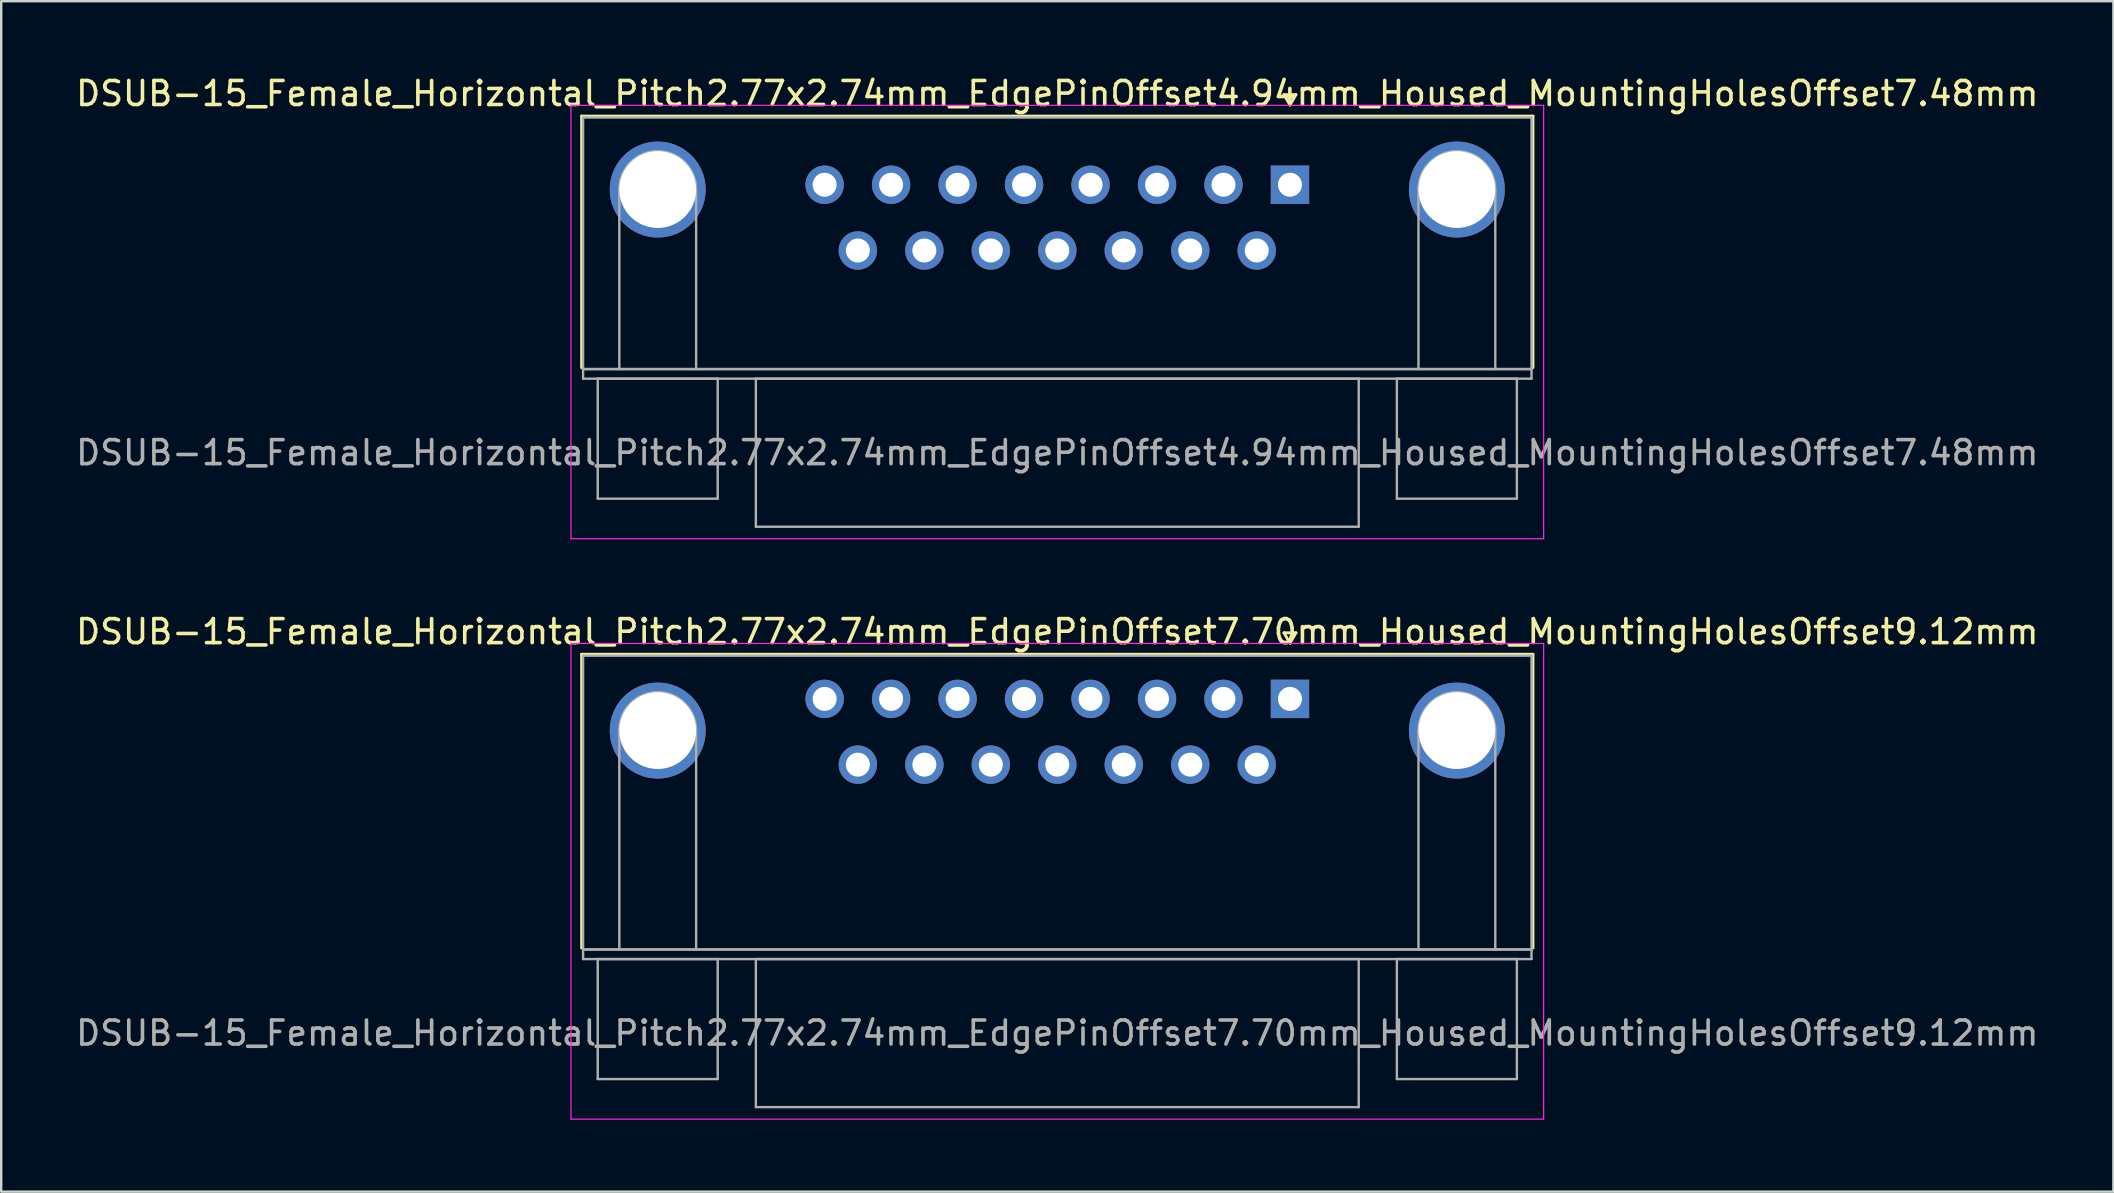
<source format=kicad_pcb>
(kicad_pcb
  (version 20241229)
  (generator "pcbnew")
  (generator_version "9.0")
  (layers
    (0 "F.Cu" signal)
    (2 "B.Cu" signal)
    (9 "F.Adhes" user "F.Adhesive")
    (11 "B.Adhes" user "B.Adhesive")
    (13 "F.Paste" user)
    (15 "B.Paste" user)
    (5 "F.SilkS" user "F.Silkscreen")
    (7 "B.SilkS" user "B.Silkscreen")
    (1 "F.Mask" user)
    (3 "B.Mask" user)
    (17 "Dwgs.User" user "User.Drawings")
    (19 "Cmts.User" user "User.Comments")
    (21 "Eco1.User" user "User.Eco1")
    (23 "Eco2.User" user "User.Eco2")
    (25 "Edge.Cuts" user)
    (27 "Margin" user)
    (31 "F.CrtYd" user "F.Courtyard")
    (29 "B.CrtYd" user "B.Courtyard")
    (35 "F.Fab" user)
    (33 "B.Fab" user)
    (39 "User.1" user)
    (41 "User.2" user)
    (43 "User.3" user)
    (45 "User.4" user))
  (footprint "DSUB-15_Female_Horizontal_Pitch2.77x2.74mm_EdgePinOffset7.70mm_Housed_MountingHolesOffset9.12mm"
    (layer "F.Cu")
    (at 50.701 26.072)
    (property "Reference" "DSUB-15_Female_Horizontal_Pitch2.77x2.74mm_EdgePinOffset7.70mm_Housed_MountingHolesOffset9.12mm" (at -9.695 -2.8 0) (layer "F.SilkS") (effects (font (size 1 1) (thickness 0.15))))
    (attr through_hole)
    (fp_line (start -29.515 -1.86) (end 10.125 -1.86) (stroke (width 0.12) (type solid)) (layer "F.SilkS"))
    (fp_line (start -29.515 10.38) (end -29.515 -1.86) (stroke (width 0.12) (type solid)) (layer "F.SilkS"))
    (fp_line (start -0.25 -2.754) (end 0.25 -2.754) (stroke (width 0.12) (type solid)) (layer "F.SilkS"))
    (fp_line (start 0 -2.321) (end -0.25 -2.754) (stroke (width 0.12) (type solid)) (layer "F.SilkS"))
    (fp_line (start 0.25 -2.754) (end 0 -2.321) (stroke (width 0.12) (type solid)) (layer "F.SilkS"))
    (fp_line (start 10.125 -1.86) (end 10.125 10.38) (stroke (width 0.12) (type solid)) (layer "F.SilkS"))
    (fp_line (start -29.96 -2.31) (end -29.96 17.51) (stroke (width 0.05) (type solid)) (layer "F.CrtYd"))
    (fp_line (start -29.96 17.51) (end 10.57 17.51) (stroke (width 0.05) (type solid)) (layer "F.CrtYd"))
    (fp_line (start 10.57 -2.31) (end -29.96 -2.31) (stroke (width 0.05) (type solid)) (layer "F.CrtYd"))
    (fp_line (start 10.57 17.51) (end 10.57 -2.31) (stroke (width 0.05) (type solid)) (layer "F.CrtYd"))
    (fp_line (start -29.455 -1.8) (end -29.455 10.44) (stroke (width 0.1) (type solid)) (layer "F.Fab"))
    (fp_line (start -29.455 10.44) (end -29.455 10.84) (stroke (width 0.1) (type solid)) (layer "F.Fab"))
    (fp_line (start -29.455 10.44) (end 10.065 10.44) (stroke (width 0.1) (type solid)) (layer "F.Fab"))
    (fp_line (start -29.455 10.84) (end 10.065 10.84) (stroke (width 0.1) (type solid)) (layer "F.Fab"))
    (fp_line (start -28.845 10.84) (end -28.845 15.84) (stroke (width 0.1) (type solid)) (layer "F.Fab"))
    (fp_line (start -28.845 15.84) (end -23.845 15.84) (stroke (width 0.1) (type solid)) (layer "F.Fab"))
    (fp_line (start -27.945 10.44) (end -27.945 1.32) (stroke (width 0.1) (type solid)) (layer "F.Fab"))
    (fp_line (start -24.745 10.44) (end -24.745 1.32) (stroke (width 0.1) (type solid)) (layer "F.Fab"))
    (fp_line (start -23.845 10.84) (end -28.845 10.84) (stroke (width 0.1) (type solid)) (layer "F.Fab"))
    (fp_line (start -23.845 15.84) (end -23.845 10.84) (stroke (width 0.1) (type solid)) (layer "F.Fab"))
    (fp_line (start -22.255 10.84) (end -22.255 17.01) (stroke (width 0.1) (type solid)) (layer "F.Fab"))
    (fp_line (start -22.255 17.01) (end 2.865 17.01) (stroke (width 0.1) (type solid)) (layer "F.Fab"))
    (fp_line (start 2.865 10.84) (end -22.255 10.84) (stroke (width 0.1) (type solid)) (layer "F.Fab"))
    (fp_line (start 2.865 17.01) (end 2.865 10.84) (stroke (width 0.1) (type solid)) (layer "F.Fab"))
    (fp_line (start 4.455 10.84) (end 4.455 15.84) (stroke (width 0.1) (type solid)) (layer "F.Fab"))
    (fp_line (start 4.455 15.84) (end 9.455 15.84) (stroke (width 0.1) (type solid)) (layer "F.Fab"))
    (fp_line (start 5.355 10.44) (end 5.355 1.32) (stroke (width 0.1) (type solid)) (layer "F.Fab"))
    (fp_line (start 8.555 10.44) (end 8.555 1.32) (stroke (width 0.1) (type solid)) (layer "F.Fab"))
    (fp_line (start 9.455 10.84) (end 4.455 10.84) (stroke (width 0.1) (type solid)) (layer "F.Fab"))
    (fp_line (start 9.455 15.84) (end 9.455 10.84) (stroke (width 0.1) (type solid)) (layer "F.Fab"))
    (fp_line (start 10.065 -1.8) (end -29.455 -1.8) (stroke (width 0.1) (type solid)) (layer "F.Fab"))
    (fp_line (start 10.065 10.44) (end -29.455 10.44) (stroke (width 0.1) (type solid)) (layer "F.Fab"))
    (fp_line (start 10.065 10.44) (end 10.065 -1.8) (stroke (width 0.1) (type solid)) (layer "F.Fab"))
    (fp_line (start 10.065 10.84) (end 10.065 10.44) (stroke (width 0.1) (type solid)) (layer "F.Fab"))
    (fp_arc (start -27.945 1.32) (mid -26.345 -0.28) (end -24.745 1.32) (stroke (width 0.1) (type solid)) (layer "F.Fab"))
    (fp_arc (start 5.355 1.32) (mid 6.955 -0.28) (end 8.555 1.32) (stroke (width 0.1) (type solid)) (layer "F.Fab"))
    (fp_text user "${REFERENCE}" (at -9.695 13.925 0) (layer "F.Fab") (effects (font (size 1 1) (thickness 0.15))))
    (pad "0" thru_hole circle (at -26.345 1.32) (size 4 4) (drill 3.2) (layers "*.Cu" "*.Mask"))
    (pad "0" thru_hole circle (at 6.955 1.32) (size 4 4) (drill 3.2) (layers "*.Cu" "*.Mask"))
    (pad "1" thru_hole rect (at 0 0) (size 1.6 1.6) (drill 1) (layers "*.Cu" "*.Mask"))
    (pad "2" thru_hole circle (at -2.77 0) (size 1.6 1.6) (drill 1) (layers "*.Cu" "*.Mask"))
    (pad "3" thru_hole circle (at -5.54 0) (size 1.6 1.6) (drill 1) (layers "*.Cu" "*.Mask"))
    (pad "4" thru_hole circle (at -8.31 0) (size 1.6 1.6) (drill 1) (layers "*.Cu" "*.Mask"))
    (pad "5" thru_hole circle (at -11.08 0) (size 1.6 1.6) (drill 1) (layers "*.Cu" "*.Mask"))
    (pad "6" thru_hole circle (at -13.85 0) (size 1.6 1.6) (drill 1) (layers "*.Cu" "*.Mask"))
    (pad "7" thru_hole circle (at -16.62 0) (size 1.6 1.6) (drill 1) (layers "*.Cu" "*.Mask"))
    (pad "8" thru_hole circle (at -19.39 0) (size 1.6 1.6) (drill 1) (layers "*.Cu" "*.Mask"))
    (pad "9" thru_hole circle (at -1.385 2.74) (size 1.6 1.6) (drill 1) (layers "*.Cu" "*.Mask"))
    (pad "10" thru_hole circle (at -4.155 2.74) (size 1.6 1.6) (drill 1) (layers "*.Cu" "*.Mask"))
    (pad "11" thru_hole circle (at -6.925 2.74) (size 1.6 1.6) (drill 1) (layers "*.Cu" "*.Mask"))
    (pad "12" thru_hole circle (at -9.695 2.74) (size 1.6 1.6) (drill 1) (layers "*.Cu" "*.Mask"))
    (pad "13" thru_hole circle (at -12.465 2.74) (size 1.6 1.6) (drill 1) (layers "*.Cu" "*.Mask"))
    (pad "14" thru_hole circle (at -15.235 2.74) (size 1.6 1.6) (drill 1) (layers "*.Cu" "*.Mask"))
    (pad "15" thru_hole circle (at -18.005 2.74) (size 1.6 1.6) (drill 1) (layers "*.Cu" "*.Mask")))
  (footprint "DSUB-15_Female_Horizontal_Pitch2.77x2.74mm_EdgePinOffset4.94mm_Housed_MountingHolesOffset7.48mm"
    (layer "F.Cu")
    (at 50.701 4.648)
    (property "Reference" "DSUB-15_Female_Horizontal_Pitch2.77x2.74mm_EdgePinOffset4.94mm_Housed_MountingHolesOffset7.48mm" (at -9.695 -3.8 0) (layer "F.SilkS") (effects (font (size 1 1) (thickness 0.15))))
    (attr through_hole)
    (fp_line (start -29.515 -2.86) (end 10.125 -2.86) (stroke (width 0.12) (type solid)) (layer "F.SilkS"))
    (fp_line (start -29.515 7.62) (end -29.515 -2.86) (stroke (width 0.12) (type solid)) (layer "F.SilkS"))
    (fp_line (start -0.25 -3.754) (end 0.25 -3.754) (stroke (width 0.12) (type solid)) (layer "F.SilkS"))
    (fp_line (start 0 -3.321) (end -0.25 -3.754) (stroke (width 0.12) (type solid)) (layer "F.SilkS"))
    (fp_line (start 0.25 -3.754) (end 0 -3.321) (stroke (width 0.12) (type solid)) (layer "F.SilkS"))
    (fp_line (start 10.125 -2.86) (end 10.125 7.62) (stroke (width 0.12) (type solid)) (layer "F.SilkS"))
    (fp_line (start -29.96 -3.31) (end -29.96 14.75) (stroke (width 0.05) (type solid)) (layer "F.CrtYd"))
    (fp_line (start -29.96 14.75) (end 10.57 14.75) (stroke (width 0.05) (type solid)) (layer "F.CrtYd"))
    (fp_line (start 10.57 -3.31) (end -29.96 -3.31) (stroke (width 0.05) (type solid)) (layer "F.CrtYd"))
    (fp_line (start 10.57 14.75) (end 10.57 -3.31) (stroke (width 0.05) (type solid)) (layer "F.CrtYd"))
    (fp_line (start -29.455 -2.8) (end -29.455 7.68) (stroke (width 0.1) (type solid)) (layer "F.Fab"))
    (fp_line (start -29.455 7.68) (end -29.455 8.08) (stroke (width 0.1) (type solid)) (layer "F.Fab"))
    (fp_line (start -29.455 7.68) (end 10.065 7.68) (stroke (width 0.1) (type solid)) (layer "F.Fab"))
    (fp_line (start -29.455 8.08) (end 10.065 8.08) (stroke (width 0.1) (type solid)) (layer "F.Fab"))
    (fp_line (start -28.845 8.08) (end -28.845 13.08) (stroke (width 0.1) (type solid)) (layer "F.Fab"))
    (fp_line (start -28.845 13.08) (end -23.845 13.08) (stroke (width 0.1) (type solid)) (layer "F.Fab"))
    (fp_line (start -27.945 7.68) (end -27.945 0.2) (stroke (width 0.1) (type solid)) (layer "F.Fab"))
    (fp_line (start -24.745 7.68) (end -24.745 0.2) (stroke (width 0.1) (type solid)) (layer "F.Fab"))
    (fp_line (start -23.845 8.08) (end -28.845 8.08) (stroke (width 0.1) (type solid)) (layer "F.Fab"))
    (fp_line (start -23.845 13.08) (end -23.845 8.08) (stroke (width 0.1) (type solid)) (layer "F.Fab"))
    (fp_line (start -22.255 8.08) (end -22.255 14.25) (stroke (width 0.1) (type solid)) (layer "F.Fab"))
    (fp_line (start -22.255 14.25) (end 2.865 14.25) (stroke (width 0.1) (type solid)) (layer "F.Fab"))
    (fp_line (start 2.865 8.08) (end -22.255 8.08) (stroke (width 0.1) (type solid)) (layer "F.Fab"))
    (fp_line (start 2.865 14.25) (end 2.865 8.08) (stroke (width 0.1) (type solid)) (layer "F.Fab"))
    (fp_line (start 4.455 8.08) (end 4.455 13.08) (stroke (width 0.1) (type solid)) (layer "F.Fab"))
    (fp_line (start 4.455 13.08) (end 9.455 13.08) (stroke (width 0.1) (type solid)) (layer "F.Fab"))
    (fp_line (start 5.355 7.68) (end 5.355 0.2) (stroke (width 0.1) (type solid)) (layer "F.Fab"))
    (fp_line (start 8.555 7.68) (end 8.555 0.2) (stroke (width 0.1) (type solid)) (layer "F.Fab"))
    (fp_line (start 9.455 8.08) (end 4.455 8.08) (stroke (width 0.1) (type solid)) (layer "F.Fab"))
    (fp_line (start 9.455 13.08) (end 9.455 8.08) (stroke (width 0.1) (type solid)) (layer "F.Fab"))
    (fp_line (start 10.065 -2.8) (end -29.455 -2.8) (stroke (width 0.1) (type solid)) (layer "F.Fab"))
    (fp_line (start 10.065 7.68) (end -29.455 7.68) (stroke (width 0.1) (type solid)) (layer "F.Fab"))
    (fp_line (start 10.065 7.68) (end 10.065 -2.8) (stroke (width 0.1) (type solid)) (layer "F.Fab"))
    (fp_line (start 10.065 8.08) (end 10.065 7.68) (stroke (width 0.1) (type solid)) (layer "F.Fab"))
    (fp_arc (start -27.945 0.2) (mid -26.345 -1.4) (end -24.745 0.2) (stroke (width 0.1) (type solid)) (layer "F.Fab"))
    (fp_arc (start 5.355 0.2) (mid 6.955 -1.4) (end 8.555 0.2) (stroke (width 0.1) (type solid)) (layer "F.Fab"))
    (fp_text user "${REFERENCE}" (at -9.695 11.165 0) (layer "F.Fab") (effects (font (size 1 1) (thickness 0.15))))
    (pad "0" thru_hole circle (at -26.345 0.2) (size 4 4) (drill 3.2) (layers "*.Cu" "*.Mask"))
    (pad "0" thru_hole circle (at 6.955 0.2) (size 4 4) (drill 3.2) (layers "*.Cu" "*.Mask"))
    (pad "1" thru_hole rect (at 0 0) (size 1.6 1.6) (drill 1) (layers "*.Cu" "*.Mask"))
    (pad "2" thru_hole circle (at -2.77 0) (size 1.6 1.6) (drill 1) (layers "*.Cu" "*.Mask"))
    (pad "3" thru_hole circle (at -5.54 0) (size 1.6 1.6) (drill 1) (layers "*.Cu" "*.Mask"))
    (pad "4" thru_hole circle (at -8.31 0) (size 1.6 1.6) (drill 1) (layers "*.Cu" "*.Mask"))
    (pad "5" thru_hole circle (at -11.08 0) (size 1.6 1.6) (drill 1) (layers "*.Cu" "*.Mask"))
    (pad "6" thru_hole circle (at -13.85 0) (size 1.6 1.6) (drill 1) (layers "*.Cu" "*.Mask"))
    (pad "7" thru_hole circle (at -16.62 0) (size 1.6 1.6) (drill 1) (layers "*.Cu" "*.Mask"))
    (pad "8" thru_hole circle (at -19.39 0) (size 1.6 1.6) (drill 1) (layers "*.Cu" "*.Mask"))
    (pad "9" thru_hole circle (at -1.385 2.74) (size 1.6 1.6) (drill 1) (layers "*.Cu" "*.Mask"))
    (pad "10" thru_hole circle (at -4.155 2.74) (size 1.6 1.6) (drill 1) (layers "*.Cu" "*.Mask"))
    (pad "11" thru_hole circle (at -6.925 2.74) (size 1.6 1.6) (drill 1) (layers "*.Cu" "*.Mask"))
    (pad "12" thru_hole circle (at -9.695 2.74) (size 1.6 1.6) (drill 1) (layers "*.Cu" "*.Mask"))
    (pad "13" thru_hole circle (at -12.465 2.74) (size 1.6 1.6) (drill 1) (layers "*.Cu" "*.Mask"))
    (pad "14" thru_hole circle (at -15.235 2.74) (size 1.6 1.6) (drill 1) (layers "*.Cu" "*.Mask"))
    (pad "15" thru_hole circle (at -18.005 2.74) (size 1.6 1.6) (drill 1) (layers "*.Cu" "*.Mask")))
  (gr_rect
    (start -3 -3)
    (end 85.012 46.606)
    (stroke (width 0.1) (type default))
    (fill no)
    (layer "Edge.Cuts")))
</source>
